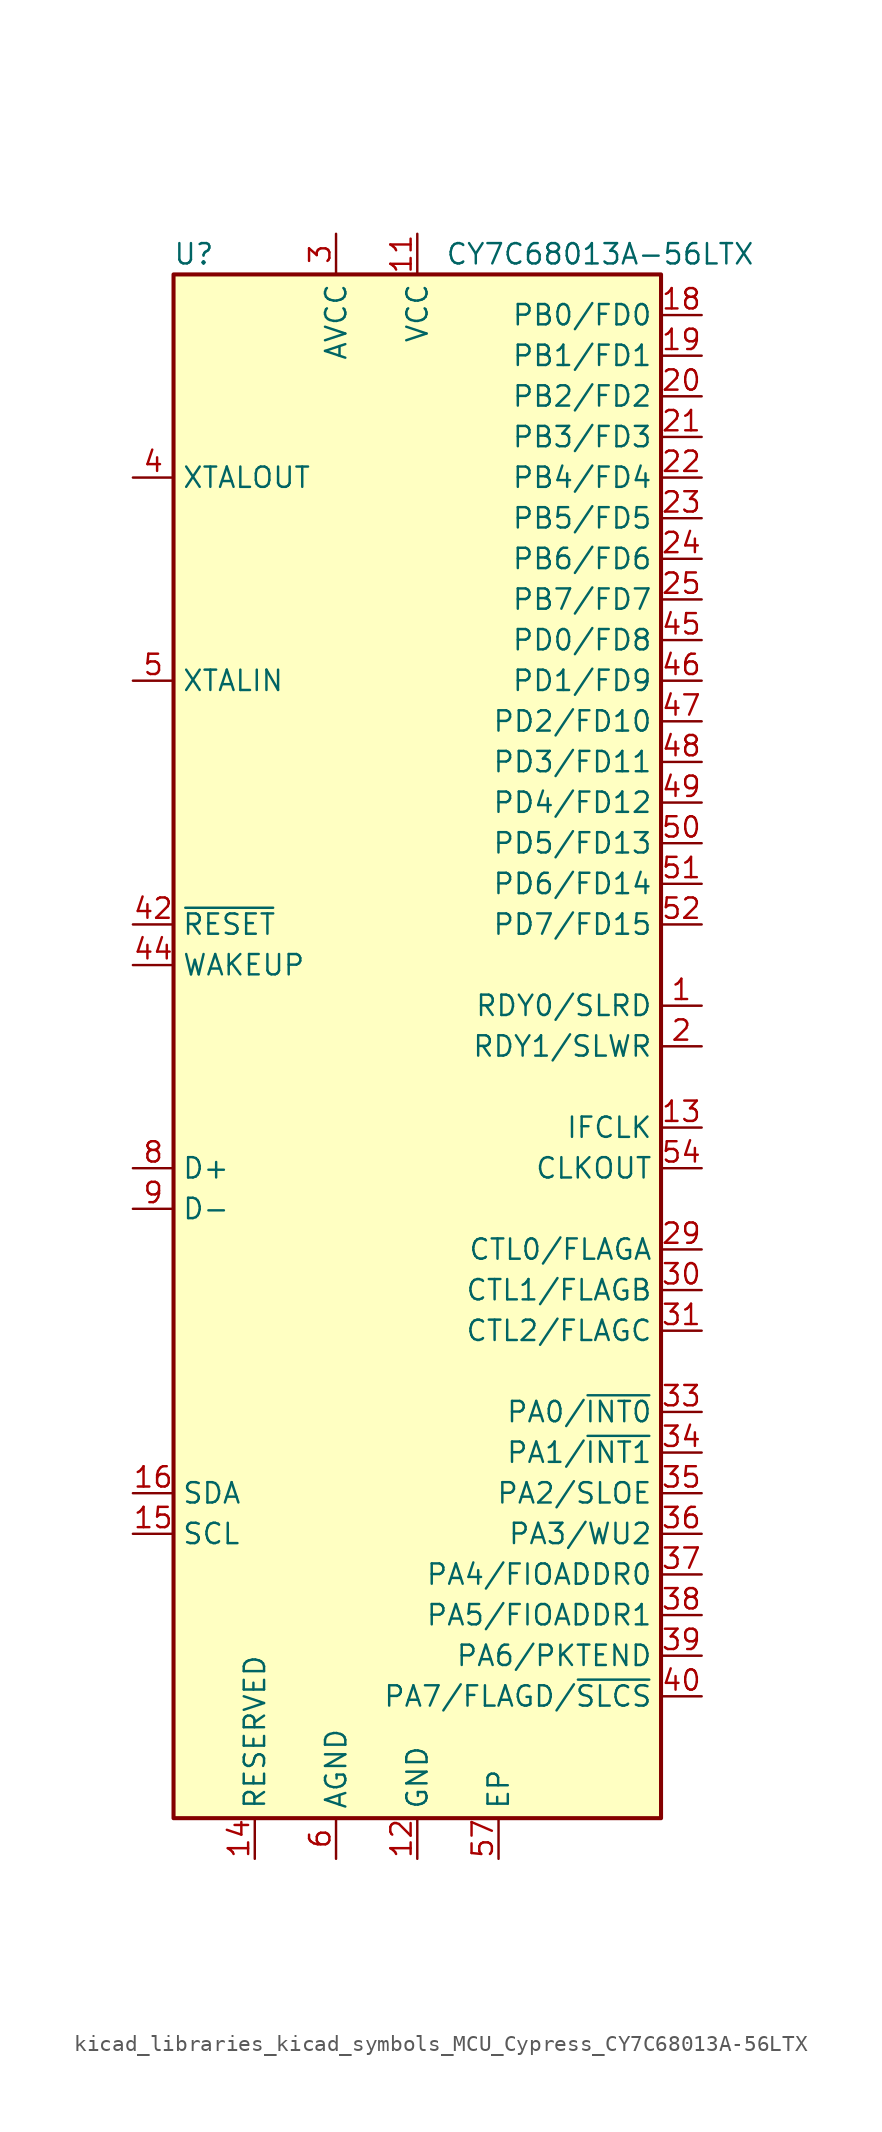
<source format=kicad_sym>
(kicad_symbol_lib
  (version 20220914)
  (generator kicad_symbol_editor)
  (symbol "kicad_libraries_kicad_symbols_MCU_Cypress_CY7C68013A-56LTX"
    (property "Reference" "U"
      (at -13.97 49.53 0)
      (effects (font (size 1.27 1.27))))
    (property "Value" "CY7C68013A-56LTX"
      (at 11.43 49.53 0)
      (effects (font (size 1.27 1.27))))
    (symbol "kicad_libraries_kicad_symbols_MCU_Cypress_CY7C68013A-56LTX_0_1"
      (rectangle (start -15.24 48.26) (end 15.24 -48.26) (stroke (width 0.254) (type default)) (fill (type background))))
    (symbol "kicad_libraries_kicad_symbols_MCU_Cypress_CY7C68013A-56LTX_1_1"
      (pin input line (at 17.78 2.54 180) (length 2.54) (name "RDY0/SLRD" (effects (font (size 1.27 1.27)))) (number "1" (effects (font (size 1.27 1.27)))))
      (pin passive line (at -5.08 -50.8 90) (length 2.54) hide (name "AGND" (effects (font (size 1.27 1.27)))) (number "10" (effects (font (size 1.27 1.27)))))
      (pin power_in line (at 0 50.8 270) (length 2.54) (name "VCC" (effects (font (size 1.27 1.27)))) (number "11" (effects (font (size 1.27 1.27)))))
      (pin power_in line (at 0 -50.8 90) (length 2.54) (name "GND" (effects (font (size 1.27 1.27)))) (number "12" (effects (font (size 1.27 1.27)))))
      (pin bidirectional line (at 17.78 -5.08 180) (length 2.54) (name "IFCLK" (effects (font (size 1.27 1.27)))) (number "13" (effects (font (size 1.27 1.27)))))
      (pin input line (at -10.16 -50.8 90) (length 2.54) (name "RESERVED" (effects (font (size 1.27 1.27)))) (number "14" (effects (font (size 1.27 1.27)))))
      (pin input line (at -17.78 -30.48 0) (length 2.54) (name "SCL" (effects (font (size 1.27 1.27)))) (number "15" (effects (font (size 1.27 1.27)))))
      (pin bidirectional line (at -17.78 -27.94 0) (length 2.54) (name "SDA" (effects (font (size 1.27 1.27)))) (number "16" (effects (font (size 1.27 1.27)))))
      (pin passive line (at 0 50.8 270) (length 2.54) hide (name "VCC" (effects (font (size 1.27 1.27)))) (number "17" (effects (font (size 1.27 1.27)))))
      (pin bidirectional line (at 17.78 45.72 180) (length 2.54) (name "PB0/FD0" (effects (font (size 1.27 1.27)))) (number "18" (effects (font (size 1.27 1.27)))))
      (pin bidirectional line (at 17.78 43.18 180) (length 2.54) (name "PB1/FD1" (effects (font (size 1.27 1.27)))) (number "19" (effects (font (size 1.27 1.27)))))
      (pin input line (at 17.78 0 180) (length 2.54) (name "RDY1/SLWR" (effects (font (size 1.27 1.27)))) (number "2" (effects (font (size 1.27 1.27)))))
      (pin bidirectional line (at 17.78 40.64 180) (length 2.54) (name "PB2/FD2" (effects (font (size 1.27 1.27)))) (number "20" (effects (font (size 1.27 1.27)))))
      (pin bidirectional line (at 17.78 38.1 180) (length 2.54) (name "PB3/FD3" (effects (font (size 1.27 1.27)))) (number "21" (effects (font (size 1.27 1.27)))))
      (pin bidirectional line (at 17.78 35.56 180) (length 2.54) (name "PB4/FD4" (effects (font (size 1.27 1.27)))) (number "22" (effects (font (size 1.27 1.27)))))
      (pin bidirectional line (at 17.78 33.02 180) (length 2.54) (name "PB5/FD5" (effects (font (size 1.27 1.27)))) (number "23" (effects (font (size 1.27 1.27)))))
      (pin bidirectional line (at 17.78 30.48 180) (length 2.54) (name "PB6/FD6" (effects (font (size 1.27 1.27)))) (number "24" (effects (font (size 1.27 1.27)))))
      (pin bidirectional line (at 17.78 27.94 180) (length 2.54) (name "PB7/FD7" (effects (font (size 1.27 1.27)))) (number "25" (effects (font (size 1.27 1.27)))))
      (pin passive line (at 0 -50.8 90) (length 2.54) hide (name "GND" (effects (font (size 1.27 1.27)))) (number "26" (effects (font (size 1.27 1.27)))))
      (pin passive line (at 0 50.8 270) (length 2.54) hide (name "VCC" (effects (font (size 1.27 1.27)))) (number "27" (effects (font (size 1.27 1.27)))))
      (pin passive line (at 0 -50.8 90) (length 2.54) hide (name "GND" (effects (font (size 1.27 1.27)))) (number "28" (effects (font (size 1.27 1.27)))))
      (pin output line (at 17.78 -12.7 180) (length 2.54) (name "CTL0/FLAGA" (effects (font (size 1.27 1.27)))) (number "29" (effects (font (size 1.27 1.27)))))
      (pin power_in line (at -5.08 50.8 270) (length 2.54) (name "AVCC" (effects (font (size 1.27 1.27)))) (number "3" (effects (font (size 1.27 1.27)))))
      (pin output line (at 17.78 -15.24 180) (length 2.54) (name "CTL1/FLAGB" (effects (font (size 1.27 1.27)))) (number "30" (effects (font (size 1.27 1.27)))))
      (pin output line (at 17.78 -17.78 180) (length 2.54) (name "CTL2/FLAGC" (effects (font (size 1.27 1.27)))) (number "31" (effects (font (size 1.27 1.27)))))
      (pin passive line (at 0 50.8 270) (length 2.54) hide (name "VCC" (effects (font (size 1.27 1.27)))) (number "32" (effects (font (size 1.27 1.27)))))
      (pin bidirectional line (at 17.78 -22.86 180) (length 2.54) (name "PA0/~{INT0}" (effects (font (size 1.27 1.27)))) (number "33" (effects (font (size 1.27 1.27)))))
      (pin bidirectional line (at 17.78 -25.4 180) (length 2.54) (name "PA1/~{INT1}" (effects (font (size 1.27 1.27)))) (number "34" (effects (font (size 1.27 1.27)))))
      (pin bidirectional line (at 17.78 -27.94 180) (length 2.54) (name "PA2/SLOE" (effects (font (size 1.27 1.27)))) (number "35" (effects (font (size 1.27 1.27)))))
      (pin bidirectional line (at 17.78 -30.48 180) (length 2.54) (name "PA3/WU2" (effects (font (size 1.27 1.27)))) (number "36" (effects (font (size 1.27 1.27)))))
      (pin bidirectional line (at 17.78 -33.02 180) (length 2.54) (name "PA4/FIOADDR0" (effects (font (size 1.27 1.27)))) (number "37" (effects (font (size 1.27 1.27)))))
      (pin bidirectional line (at 17.78 -35.56 180) (length 2.54) (name "PA5/FIOADDR1" (effects (font (size 1.27 1.27)))) (number "38" (effects (font (size 1.27 1.27)))))
      (pin bidirectional line (at 17.78 -38.1 180) (length 2.54) (name "PA6/PKTEND" (effects (font (size 1.27 1.27)))) (number "39" (effects (font (size 1.27 1.27)))))
      (pin output line (at -17.78 35.56 0) (length 2.54) (name "XTALOUT" (effects (font (size 1.27 1.27)))) (number "4" (effects (font (size 1.27 1.27)))))
      (pin bidirectional line (at 17.78 -40.64 180) (length 2.54) (name "PA7/FLAGD/~{SLCS}" (effects (font (size 1.27 1.27)))) (number "40" (effects (font (size 1.27 1.27)))))
      (pin passive line (at 0 -50.8 90) (length 2.54) hide (name "GND" (effects (font (size 1.27 1.27)))) (number "41" (effects (font (size 1.27 1.27)))))
      (pin input line (at -17.78 7.62 0) (length 2.54) (name "~{RESET}" (effects (font (size 1.27 1.27)))) (number "42" (effects (font (size 1.27 1.27)))))
      (pin passive line (at 0 50.8 270) (length 2.54) hide (name "VCC" (effects (font (size 1.27 1.27)))) (number "43" (effects (font (size 1.27 1.27)))))
      (pin input line (at -17.78 5.08 0) (length 2.54) (name "WAKEUP" (effects (font (size 1.27 1.27)))) (number "44" (effects (font (size 1.27 1.27)))))
      (pin bidirectional line (at 17.78 25.4 180) (length 2.54) (name "PD0/FD8" (effects (font (size 1.27 1.27)))) (number "45" (effects (font (size 1.27 1.27)))))
      (pin bidirectional line (at 17.78 22.86 180) (length 2.54) (name "PD1/FD9" (effects (font (size 1.27 1.27)))) (number "46" (effects (font (size 1.27 1.27)))))
      (pin bidirectional line (at 17.78 20.32 180) (length 2.54) (name "PD2/FD10" (effects (font (size 1.27 1.27)))) (number "47" (effects (font (size 1.27 1.27)))))
      (pin bidirectional line (at 17.78 17.78 180) (length 2.54) (name "PD3/FD11" (effects (font (size 1.27 1.27)))) (number "48" (effects (font (size 1.27 1.27)))))
      (pin bidirectional line (at 17.78 15.24 180) (length 2.54) (name "PD4/FD12" (effects (font (size 1.27 1.27)))) (number "49" (effects (font (size 1.27 1.27)))))
      (pin input line (at -17.78 22.86 0) (length 2.54) (name "XTALIN" (effects (font (size 1.27 1.27)))) (number "5" (effects (font (size 1.27 1.27)))))
      (pin bidirectional line (at 17.78 12.7 180) (length 2.54) (name "PD5/FD13" (effects (font (size 1.27 1.27)))) (number "50" (effects (font (size 1.27 1.27)))))
      (pin bidirectional line (at 17.78 10.16 180) (length 2.54) (name "PD6/FD14" (effects (font (size 1.27 1.27)))) (number "51" (effects (font (size 1.27 1.27)))))
      (pin bidirectional line (at 17.78 7.62 180) (length 2.54) (name "PD7/FD15" (effects (font (size 1.27 1.27)))) (number "52" (effects (font (size 1.27 1.27)))))
      (pin passive line (at 0 -50.8 90) (length 2.54) hide (name "GND" (effects (font (size 1.27 1.27)))) (number "53" (effects (font (size 1.27 1.27)))))
      (pin output line (at 17.78 -7.62 180) (length 2.54) (name "CLKOUT" (effects (font (size 1.27 1.27)))) (number "54" (effects (font (size 1.27 1.27)))))
      (pin passive line (at 0 50.8 270) (length 2.54) hide (name "VCC" (effects (font (size 1.27 1.27)))) (number "55" (effects (font (size 1.27 1.27)))))
      (pin passive line (at 0 -50.8 90) (length 2.54) hide (name "GND" (effects (font (size 1.27 1.27)))) (number "56" (effects (font (size 1.27 1.27)))))
      (pin input line (at 5.08 -50.8 90) (length 2.54) (name "EP" (effects (font (size 1.27 1.27)))) (number "57" (effects (font (size 1.27 1.27)))))
      (pin power_in line (at -5.08 -50.8 90) (length 2.54) (name "AGND" (effects (font (size 1.27 1.27)))) (number "6" (effects (font (size 1.27 1.27)))))
      (pin passive line (at -5.08 50.8 270) (length 2.54) hide (name "AVCC" (effects (font (size 1.27 1.27)))) (number "7" (effects (font (size 1.27 1.27)))))
      (pin bidirectional line (at -17.78 -7.62 0) (length 2.54) (name "D+" (effects (font (size 1.27 1.27)))) (number "8" (effects (font (size 1.27 1.27)))))
      (pin bidirectional line (at -17.78 -10.16 0) (length 2.54) (name "D-" (effects (font (size 1.27 1.27)))) (number "9" (effects (font (size 1.27 1.27))))))))
</source>
